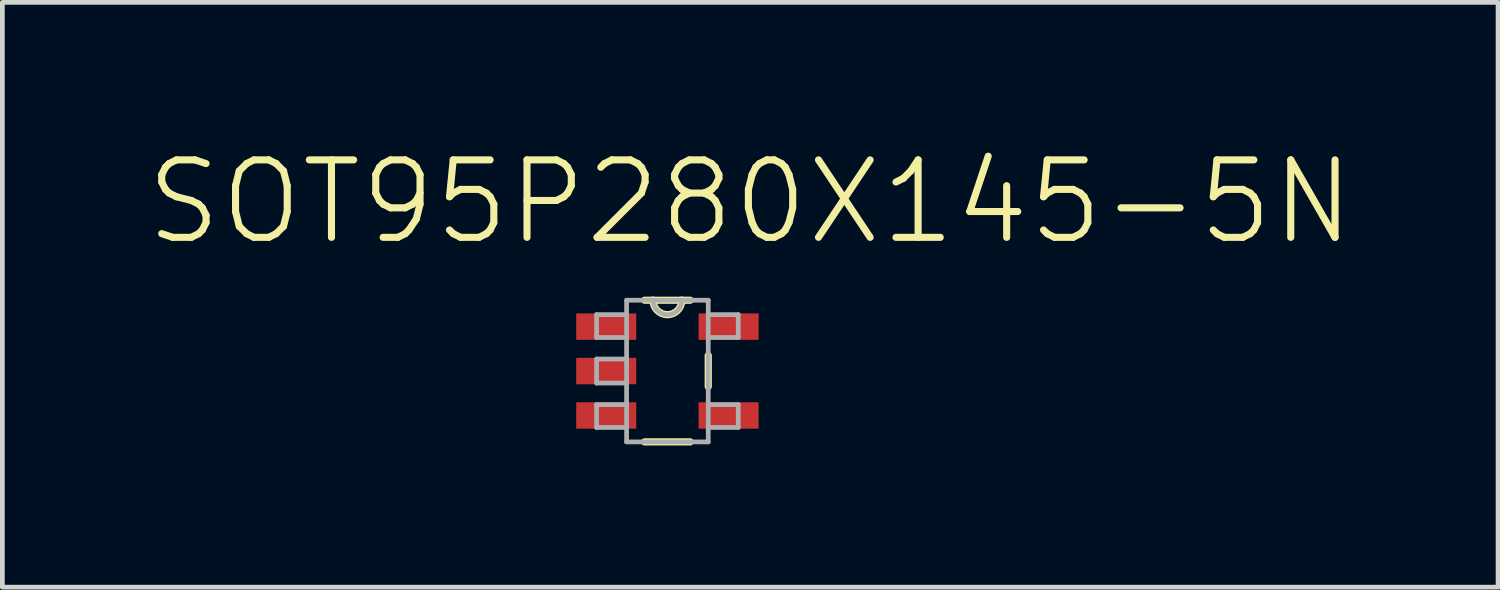
<source format=kicad_pcb>
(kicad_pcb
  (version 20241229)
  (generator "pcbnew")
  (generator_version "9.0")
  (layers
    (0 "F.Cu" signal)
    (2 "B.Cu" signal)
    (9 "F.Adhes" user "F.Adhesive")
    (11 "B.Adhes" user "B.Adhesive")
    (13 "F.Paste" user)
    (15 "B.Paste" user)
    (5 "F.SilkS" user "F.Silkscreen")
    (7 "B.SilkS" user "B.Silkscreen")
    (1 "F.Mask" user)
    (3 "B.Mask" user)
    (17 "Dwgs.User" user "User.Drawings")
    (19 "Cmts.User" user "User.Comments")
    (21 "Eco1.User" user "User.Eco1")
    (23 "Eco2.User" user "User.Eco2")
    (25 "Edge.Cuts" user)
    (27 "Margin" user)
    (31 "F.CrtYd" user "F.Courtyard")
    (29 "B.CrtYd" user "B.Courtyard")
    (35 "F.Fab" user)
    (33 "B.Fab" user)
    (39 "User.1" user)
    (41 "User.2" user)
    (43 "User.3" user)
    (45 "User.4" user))
  (footprint "SOT95P280X145-5N"
    (layer "F.Cu")
    (at 11.077 4.804)
    (property "Reference" "SOT95P280X145-5N" (at 1.753 -3.581 0) (layer "F.SilkS") (effects (font (size 1.64 1.64) (thickness 0.15))))
    (attr smd)
    (fp_line (start -0.483 1.499) (end 0.483 1.499) (stroke (width 0.152) (type solid)) (layer "F.SilkS"))
    (fp_line (start -0.305 -1.499) (end -0.483 -1.499) (stroke (width 0.152) (type solid)) (layer "F.SilkS"))
    (fp_line (start 0.305 -1.499) (end -0.305 -1.499) (stroke (width 0.152) (type solid)) (layer "F.SilkS"))
    (fp_line (start 0.483 -1.499) (end 0.305 -1.499) (stroke (width 0.152) (type solid)) (layer "F.SilkS"))
    (fp_line (start 0.864 0.33) (end 0.864 -0.33) (stroke (width 0.152) (type solid)) (layer "F.SilkS"))
    (fp_arc (start 0.3048 -1.4986) (mid 0 -1.1938) (end -0.3048 -1.4986) (stroke (width 0.1524) (type solid)) (layer "F.SilkS"))
    (fp_line (start -1.499 -1.194) (end -1.499 -0.711) (stroke (width 0.1) (type solid)) (layer "F.Fab"))
    (fp_line (start -1.499 -0.711) (end -0.864 -0.711) (stroke (width 0.1) (type solid)) (layer "F.Fab"))
    (fp_line (start -1.499 -0.254) (end -1.499 0.254) (stroke (width 0.1) (type solid)) (layer "F.Fab"))
    (fp_line (start -1.499 0.254) (end -0.864 0.254) (stroke (width 0.1) (type solid)) (layer "F.Fab"))
    (fp_line (start -1.499 0.711) (end -1.499 1.194) (stroke (width 0.1) (type solid)) (layer "F.Fab"))
    (fp_line (start -1.499 1.194) (end -0.864 1.194) (stroke (width 0.1) (type solid)) (layer "F.Fab"))
    (fp_line (start -0.864 -1.499) (end -0.864 -1.194) (stroke (width 0.1) (type solid)) (layer "F.Fab"))
    (fp_line (start -0.864 -1.194) (end -1.499 -1.194) (stroke (width 0.1) (type solid)) (layer "F.Fab"))
    (fp_line (start -0.864 -1.194) (end -0.864 -0.711) (stroke (width 0.1) (type solid)) (layer "F.Fab"))
    (fp_line (start -0.864 -0.711) (end -0.864 -0.254) (stroke (width 0.1) (type solid)) (layer "F.Fab"))
    (fp_line (start -0.864 -0.254) (end -1.499 -0.254) (stroke (width 0.1) (type solid)) (layer "F.Fab"))
    (fp_line (start -0.864 -0.254) (end -0.864 0.254) (stroke (width 0.1) (type solid)) (layer "F.Fab"))
    (fp_line (start -0.864 0.254) (end -0.864 0.711) (stroke (width 0.1) (type solid)) (layer "F.Fab"))
    (fp_line (start -0.864 0.711) (end -1.499 0.711) (stroke (width 0.1) (type solid)) (layer "F.Fab"))
    (fp_line (start -0.864 1.194) (end -0.864 0.711) (stroke (width 0.1) (type solid)) (layer "F.Fab"))
    (fp_line (start -0.864 1.499) (end -0.864 1.194) (stroke (width 0.1) (type solid)) (layer "F.Fab"))
    (fp_line (start -0.864 1.499) (end 0.864 1.499) (stroke (width 0.1) (type solid)) (layer "F.Fab"))
    (fp_line (start -0.305 -1.499) (end -0.864 -1.499) (stroke (width 0.1) (type solid)) (layer "F.Fab"))
    (fp_line (start 0.305 -1.499) (end -0.305 -1.499) (stroke (width 0.1) (type solid)) (layer "F.Fab"))
    (fp_line (start 0.864 -1.499) (end 0.305 -1.499) (stroke (width 0.1) (type solid)) (layer "F.Fab"))
    (fp_line (start 0.864 -1.499) (end 0.864 -1.194) (stroke (width 0.1) (type solid)) (layer "F.Fab"))
    (fp_line (start 0.864 -1.194) (end 0.864 -0.711) (stroke (width 0.1) (type solid)) (layer "F.Fab"))
    (fp_line (start 0.864 -0.711) (end 1.499 -0.711) (stroke (width 0.1) (type solid)) (layer "F.Fab"))
    (fp_line (start 0.864 0.711) (end 0.864 -0.711) (stroke (width 0.1) (type solid)) (layer "F.Fab"))
    (fp_line (start 0.864 1.194) (end 0.864 0.711) (stroke (width 0.1) (type solid)) (layer "F.Fab"))
    (fp_line (start 0.864 1.194) (end 1.499 1.194) (stroke (width 0.1) (type solid)) (layer "F.Fab"))
    (fp_line (start 0.864 1.499) (end 0.864 1.194) (stroke (width 0.1) (type solid)) (layer "F.Fab"))
    (fp_line (start 1.499 -1.194) (end 0.864 -1.194) (stroke (width 0.1) (type solid)) (layer "F.Fab"))
    (fp_line (start 1.499 -0.711) (end 1.499 -1.194) (stroke (width 0.1) (type solid)) (layer "F.Fab"))
    (fp_line (start 1.499 0.711) (end 0.864 0.711) (stroke (width 0.1) (type solid)) (layer "F.Fab"))
    (fp_line (start 1.499 1.194) (end 1.499 0.711) (stroke (width 0.1) (type solid)) (layer "F.Fab"))
    (fp_arc (start 0.3048 -1.4986) (mid 0 -1.1938) (end -0.3048 -1.4986) (stroke (width 0.1) (type solid)) (layer "F.Fab"))
    (pad "1" smd rect (at -1.295 -0.94) (size 1.27 0.559) (layers "F.Cu" "F.Mask" "F.Paste"))
    (pad "2" smd rect (at -1.295 0) (size 1.27 0.559) (layers "F.Cu" "F.Mask" "F.Paste"))
    (pad "3" smd rect (at -1.295 0.94) (size 1.27 0.559) (layers "F.Cu" "F.Mask" "F.Paste"))
    (pad "4" smd rect (at 1.295 0.94) (size 1.27 0.559) (layers "F.Cu" "F.Mask" "F.Paste"))
    (pad "5" smd rect (at 1.295 -0.94) (size 1.27 0.559) (layers "F.Cu" "F.Mask" "F.Paste")))
  (gr_rect
    (start -3 -3)
    (end 28.659 9.379)
    (stroke (width 0.1) (type default))
    (fill no)
    (layer "Edge.Cuts")))
</source>
